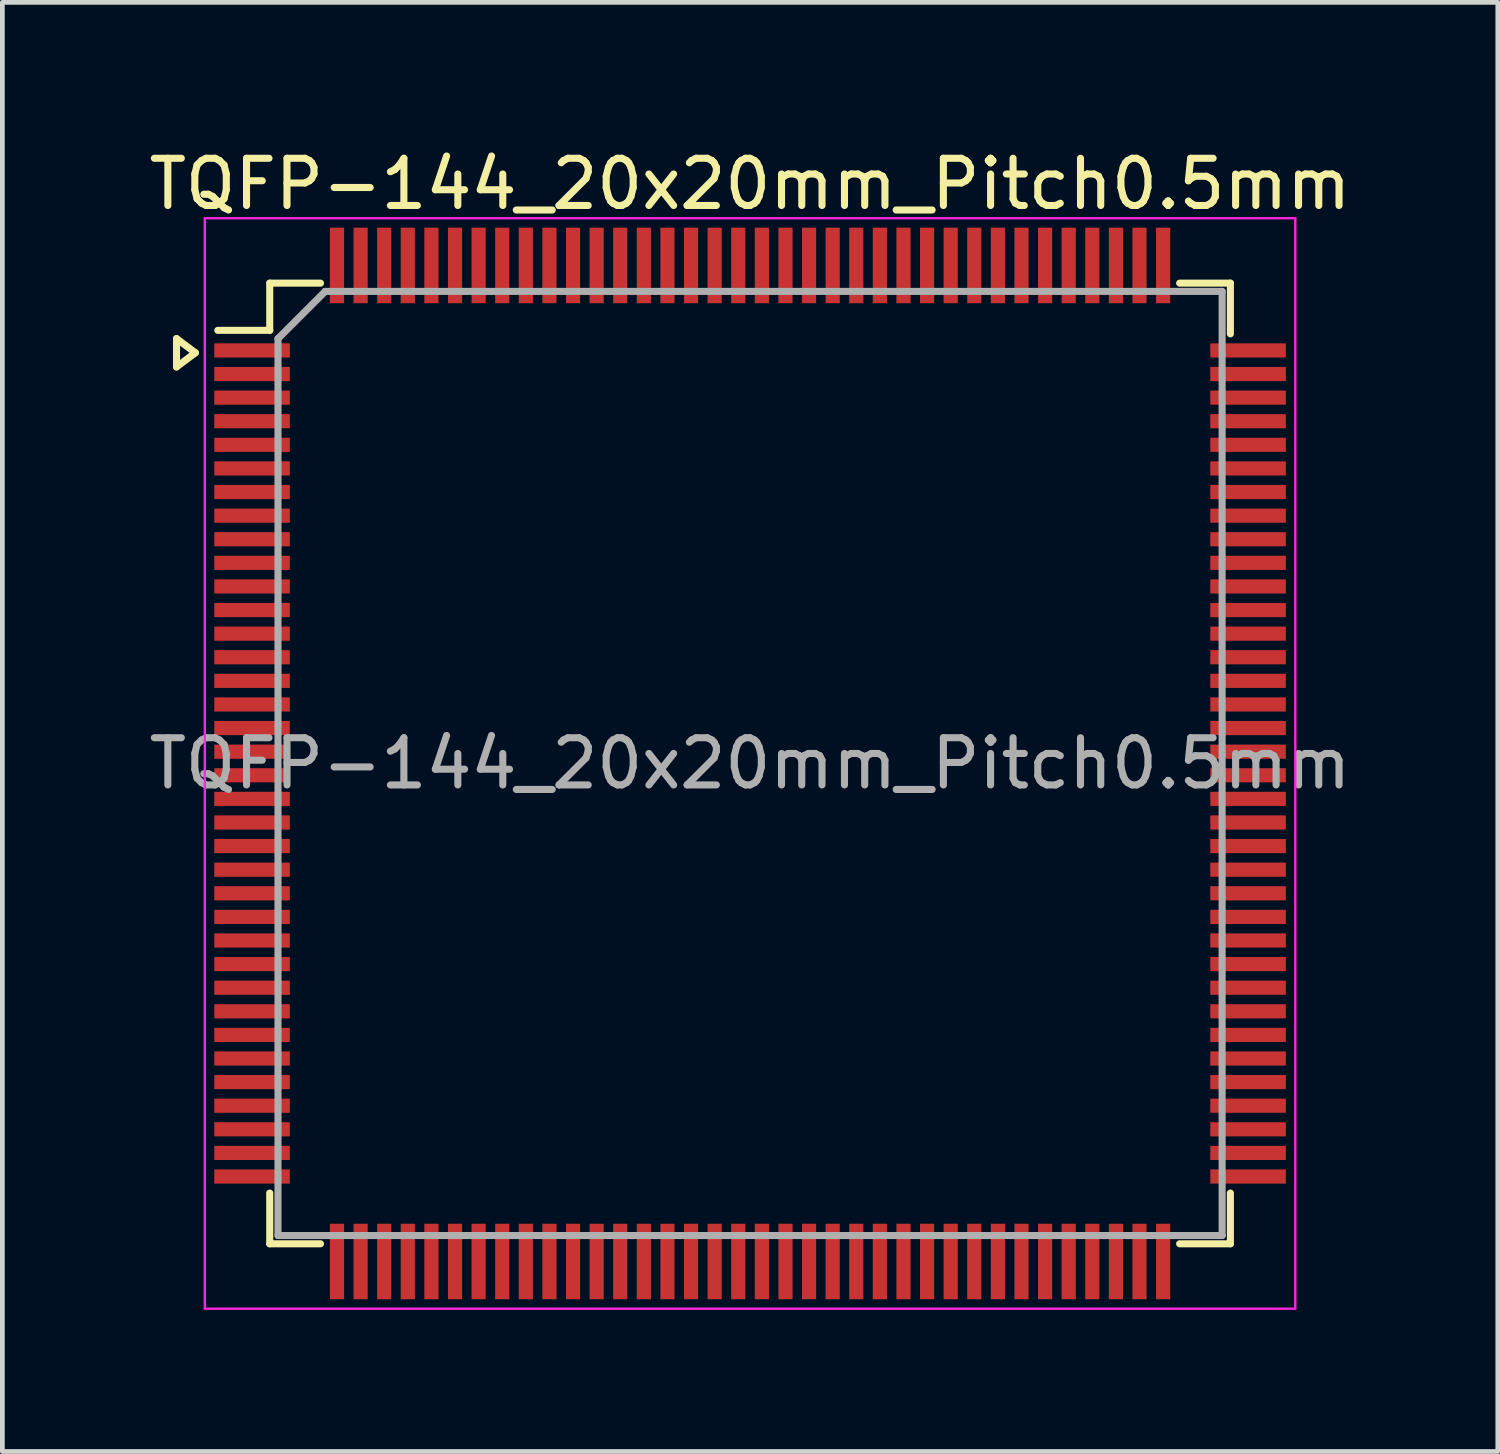
<source format=kicad_pcb>
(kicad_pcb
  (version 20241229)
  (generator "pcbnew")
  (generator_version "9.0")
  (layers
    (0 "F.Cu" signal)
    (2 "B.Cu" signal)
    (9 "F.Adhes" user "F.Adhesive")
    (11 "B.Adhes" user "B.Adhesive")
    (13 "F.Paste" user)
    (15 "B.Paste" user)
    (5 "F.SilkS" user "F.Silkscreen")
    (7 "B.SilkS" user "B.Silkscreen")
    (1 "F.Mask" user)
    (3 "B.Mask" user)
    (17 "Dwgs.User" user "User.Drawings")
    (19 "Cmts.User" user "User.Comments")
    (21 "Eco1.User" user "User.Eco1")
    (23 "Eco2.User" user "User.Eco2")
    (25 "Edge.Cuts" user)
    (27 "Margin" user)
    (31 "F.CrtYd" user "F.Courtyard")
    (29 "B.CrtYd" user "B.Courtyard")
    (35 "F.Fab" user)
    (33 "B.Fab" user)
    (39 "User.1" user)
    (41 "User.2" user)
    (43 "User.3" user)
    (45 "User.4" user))
  (footprint "TQFP-144_20x20mm_Pitch0.5mm"
    (layer "F.Cu")
    (at 12.839 13.123)
    (property "Reference" "TQFP-144_20x20mm_Pitch0.5mm" (at 0 -12.275 0) (layer "F.SilkS") (effects (font (size 1 1) (thickness 0.15))))
    (attr smd)
    (fp_line (start -12.15 -9) (end -11.75 -8.7) (stroke (width 0.15) (type solid)) (layer "F.SilkS"))
    (fp_line (start -12.15 -8.4) (end -12.15 -9) (stroke (width 0.15) (type solid)) (layer "F.SilkS"))
    (fp_line (start -11.75 -8.7) (end -12.15 -8.4) (stroke (width 0.15) (type solid)) (layer "F.SilkS"))
    (fp_line (start -10.175 -10.175) (end -10.175 -9.175) (stroke (width 0.15) (type solid)) (layer "F.SilkS"))
    (fp_line (start -10.175 -10.175) (end -9.1 -10.175) (stroke (width 0.15) (type solid)) (layer "F.SilkS"))
    (fp_line (start -10.175 -9.175) (end -11.275 -9.175) (stroke (width 0.15) (type solid)) (layer "F.SilkS"))
    (fp_line (start -10.175 10.175) (end -10.175 9.1) (stroke (width 0.15) (type solid)) (layer "F.SilkS"))
    (fp_line (start -10.175 10.175) (end -9.1 10.175) (stroke (width 0.15) (type solid)) (layer "F.SilkS"))
    (fp_line (start 10.175 -10.175) (end 9.1 -10.175) (stroke (width 0.15) (type solid)) (layer "F.SilkS"))
    (fp_line (start 10.175 -10.175) (end 10.175 -9.1) (stroke (width 0.15) (type solid)) (layer "F.SilkS"))
    (fp_line (start 10.175 10.175) (end 9.1 10.175) (stroke (width 0.15) (type solid)) (layer "F.SilkS"))
    (fp_line (start 10.175 10.175) (end 10.175 9.1) (stroke (width 0.15) (type solid)) (layer "F.SilkS"))
    (fp_line (start -11.55 -11.55) (end -11.55 11.55) (stroke (width 0.05) (type solid)) (layer "F.CrtYd"))
    (fp_line (start -11.55 -11.55) (end 11.55 -11.55) (stroke (width 0.05) (type solid)) (layer "F.CrtYd"))
    (fp_line (start -11.55 11.55) (end 11.55 11.55) (stroke (width 0.05) (type solid)) (layer "F.CrtYd"))
    (fp_line (start 11.55 -11.55) (end 11.55 11.55) (stroke (width 0.05) (type solid)) (layer "F.CrtYd"))
    (fp_line (start -10 -9) (end -9 -10) (stroke (width 0.15) (type solid)) (layer "F.Fab"))
    (fp_line (start -10 10) (end -10 -9) (stroke (width 0.15) (type solid)) (layer "F.Fab"))
    (fp_line (start -9 -10) (end 10 -10) (stroke (width 0.15) (type solid)) (layer "F.Fab"))
    (fp_line (start 10 -10) (end 10 10) (stroke (width 0.15) (type solid)) (layer "F.Fab"))
    (fp_line (start 10 10) (end -10 10) (stroke (width 0.15) (type solid)) (layer "F.Fab"))
    (fp_text user "${REFERENCE}" (at 0 0 0) (layer "F.Fab") (effects (font (size 1 1) (thickness 0.15))))
    (pad "1" smd rect (at -10.55 -8.75) (size 1.6 0.3) (layers "F.Cu" "F.Mask" "F.Paste"))
    (pad "2" smd rect (at -10.55 -8.25) (size 1.6 0.3) (layers "F.Cu" "F.Mask" "F.Paste"))
    (pad "3" smd rect (at -10.55 -7.75) (size 1.6 0.3) (layers "F.Cu" "F.Mask" "F.Paste"))
    (pad "4" smd rect (at -10.55 -7.25) (size 1.6 0.3) (layers "F.Cu" "F.Mask" "F.Paste"))
    (pad "5" smd rect (at -10.55 -6.75) (size 1.6 0.3) (layers "F.Cu" "F.Mask" "F.Paste"))
    (pad "6" smd rect (at -10.55 -6.25) (size 1.6 0.3) (layers "F.Cu" "F.Mask" "F.Paste"))
    (pad "7" smd rect (at -10.55 -5.75) (size 1.6 0.3) (layers "F.Cu" "F.Mask" "F.Paste"))
    (pad "8" smd rect (at -10.55 -5.25) (size 1.6 0.3) (layers "F.Cu" "F.Mask" "F.Paste"))
    (pad "9" smd rect (at -10.55 -4.75) (size 1.6 0.3) (layers "F.Cu" "F.Mask" "F.Paste"))
    (pad "10" smd rect (at -10.55 -4.25) (size 1.6 0.3) (layers "F.Cu" "F.Mask" "F.Paste"))
    (pad "11" smd rect (at -10.55 -3.75) (size 1.6 0.3) (layers "F.Cu" "F.Mask" "F.Paste"))
    (pad "12" smd rect (at -10.55 -3.25) (size 1.6 0.3) (layers "F.Cu" "F.Mask" "F.Paste"))
    (pad "13" smd rect (at -10.55 -2.75) (size 1.6 0.3) (layers "F.Cu" "F.Mask" "F.Paste"))
    (pad "14" smd rect (at -10.55 -2.25) (size 1.6 0.3) (layers "F.Cu" "F.Mask" "F.Paste"))
    (pad "15" smd rect (at -10.55 -1.75) (size 1.6 0.3) (layers "F.Cu" "F.Mask" "F.Paste"))
    (pad "16" smd rect (at -10.55 -1.25) (size 1.6 0.3) (layers "F.Cu" "F.Mask" "F.Paste"))
    (pad "17" smd rect (at -10.55 -0.75) (size 1.6 0.3) (layers "F.Cu" "F.Mask" "F.Paste"))
    (pad "18" smd rect (at -10.55 -0.25) (size 1.6 0.3) (layers "F.Cu" "F.Mask" "F.Paste"))
    (pad "19" smd rect (at -10.55 0.25) (size 1.6 0.3) (layers "F.Cu" "F.Mask" "F.Paste"))
    (pad "20" smd rect (at -10.55 0.75) (size 1.6 0.3) (layers "F.Cu" "F.Mask" "F.Paste"))
    (pad "21" smd rect (at -10.55 1.25) (size 1.6 0.3) (layers "F.Cu" "F.Mask" "F.Paste"))
    (pad "22" smd rect (at -10.55 1.75) (size 1.6 0.3) (layers "F.Cu" "F.Mask" "F.Paste"))
    (pad "23" smd rect (at -10.55 2.25) (size 1.6 0.3) (layers "F.Cu" "F.Mask" "F.Paste"))
    (pad "24" smd rect (at -10.55 2.75) (size 1.6 0.3) (layers "F.Cu" "F.Mask" "F.Paste"))
    (pad "25" smd rect (at -10.55 3.25) (size 1.6 0.3) (layers "F.Cu" "F.Mask" "F.Paste"))
    (pad "26" smd rect (at -10.55 3.75) (size 1.6 0.3) (layers "F.Cu" "F.Mask" "F.Paste"))
    (pad "27" smd rect (at -10.55 4.25) (size 1.6 0.3) (layers "F.Cu" "F.Mask" "F.Paste"))
    (pad "28" smd rect (at -10.55 4.75) (size 1.6 0.3) (layers "F.Cu" "F.Mask" "F.Paste"))
    (pad "29" smd rect (at -10.55 5.25) (size 1.6 0.3) (layers "F.Cu" "F.Mask" "F.Paste"))
    (pad "30" smd rect (at -10.55 5.75) (size 1.6 0.3) (layers "F.Cu" "F.Mask" "F.Paste"))
    (pad "31" smd rect (at -10.55 6.25) (size 1.6 0.3) (layers "F.Cu" "F.Mask" "F.Paste"))
    (pad "32" smd rect (at -10.55 6.75) (size 1.6 0.3) (layers "F.Cu" "F.Mask" "F.Paste"))
    (pad "33" smd rect (at -10.55 7.25) (size 1.6 0.3) (layers "F.Cu" "F.Mask" "F.Paste"))
    (pad "34" smd rect (at -10.55 7.75) (size 1.6 0.3) (layers "F.Cu" "F.Mask" "F.Paste"))
    (pad "35" smd rect (at -10.55 8.25) (size 1.6 0.3) (layers "F.Cu" "F.Mask" "F.Paste"))
    (pad "36" smd rect (at -10.55 8.75) (size 1.6 0.3) (layers "F.Cu" "F.Mask" "F.Paste"))
    (pad "37" smd rect (at -8.75 10.55 90) (size 1.6 0.3) (layers "F.Cu" "F.Mask" "F.Paste"))
    (pad "38" smd rect (at -8.25 10.55 90) (size 1.6 0.3) (layers "F.Cu" "F.Mask" "F.Paste"))
    (pad "39" smd rect (at -7.75 10.55 90) (size 1.6 0.3) (layers "F.Cu" "F.Mask" "F.Paste"))
    (pad "40" smd rect (at -7.25 10.55 90) (size 1.6 0.3) (layers "F.Cu" "F.Mask" "F.Paste"))
    (pad "41" smd rect (at -6.75 10.55 90) (size 1.6 0.3) (layers "F.Cu" "F.Mask" "F.Paste"))
    (pad "42" smd rect (at -6.25 10.55 90) (size 1.6 0.3) (layers "F.Cu" "F.Mask" "F.Paste"))
    (pad "43" smd rect (at -5.75 10.55 90) (size 1.6 0.3) (layers "F.Cu" "F.Mask" "F.Paste"))
    (pad "44" smd rect (at -5.25 10.55 90) (size 1.6 0.3) (layers "F.Cu" "F.Mask" "F.Paste"))
    (pad "45" smd rect (at -4.75 10.55 90) (size 1.6 0.3) (layers "F.Cu" "F.Mask" "F.Paste"))
    (pad "46" smd rect (at -4.25 10.55 90) (size 1.6 0.3) (layers "F.Cu" "F.Mask" "F.Paste"))
    (pad "47" smd rect (at -3.75 10.55 90) (size 1.6 0.3) (layers "F.Cu" "F.Mask" "F.Paste"))
    (pad "48" smd rect (at -3.25 10.55 90) (size 1.6 0.3) (layers "F.Cu" "F.Mask" "F.Paste"))
    (pad "49" smd rect (at -2.75 10.55 90) (size 1.6 0.3) (layers "F.Cu" "F.Mask" "F.Paste"))
    (pad "50" smd rect (at -2.25 10.55 90) (size 1.6 0.3) (layers "F.Cu" "F.Mask" "F.Paste"))
    (pad "51" smd rect (at -1.75 10.55 90) (size 1.6 0.3) (layers "F.Cu" "F.Mask" "F.Paste"))
    (pad "52" smd rect (at -1.25 10.55 90) (size 1.6 0.3) (layers "F.Cu" "F.Mask" "F.Paste"))
    (pad "53" smd rect (at -0.75 10.55 90) (size 1.6 0.3) (layers "F.Cu" "F.Mask" "F.Paste"))
    (pad "54" smd rect (at -0.25 10.55 90) (size 1.6 0.3) (layers "F.Cu" "F.Mask" "F.Paste"))
    (pad "55" smd rect (at 0.25 10.55 90) (size 1.6 0.3) (layers "F.Cu" "F.Mask" "F.Paste"))
    (pad "56" smd rect (at 0.75 10.55 90) (size 1.6 0.3) (layers "F.Cu" "F.Mask" "F.Paste"))
    (pad "57" smd rect (at 1.25 10.55 90) (size 1.6 0.3) (layers "F.Cu" "F.Mask" "F.Paste"))
    (pad "58" smd rect (at 1.75 10.55 90) (size 1.6 0.3) (layers "F.Cu" "F.Mask" "F.Paste"))
    (pad "59" smd rect (at 2.25 10.55 90) (size 1.6 0.3) (layers "F.Cu" "F.Mask" "F.Paste"))
    (pad "60" smd rect (at 2.75 10.55 90) (size 1.6 0.3) (layers "F.Cu" "F.Mask" "F.Paste"))
    (pad "61" smd rect (at 3.25 10.55 90) (size 1.6 0.3) (layers "F.Cu" "F.Mask" "F.Paste"))
    (pad "62" smd rect (at 3.75 10.55 90) (size 1.6 0.3) (layers "F.Cu" "F.Mask" "F.Paste"))
    (pad "63" smd rect (at 4.25 10.55 90) (size 1.6 0.3) (layers "F.Cu" "F.Mask" "F.Paste"))
    (pad "64" smd rect (at 4.75 10.55 90) (size 1.6 0.3) (layers "F.Cu" "F.Mask" "F.Paste"))
    (pad "65" smd rect (at 5.25 10.55 90) (size 1.6 0.3) (layers "F.Cu" "F.Mask" "F.Paste"))
    (pad "66" smd rect (at 5.75 10.55 90) (size 1.6 0.3) (layers "F.Cu" "F.Mask" "F.Paste"))
    (pad "67" smd rect (at 6.25 10.55 90) (size 1.6 0.3) (layers "F.Cu" "F.Mask" "F.Paste"))
    (pad "68" smd rect (at 6.75 10.55 90) (size 1.6 0.3) (layers "F.Cu" "F.Mask" "F.Paste"))
    (pad "69" smd rect (at 7.25 10.55 90) (size 1.6 0.3) (layers "F.Cu" "F.Mask" "F.Paste"))
    (pad "70" smd rect (at 7.75 10.55 90) (size 1.6 0.3) (layers "F.Cu" "F.Mask" "F.Paste"))
    (pad "71" smd rect (at 8.25 10.55 90) (size 1.6 0.3) (layers "F.Cu" "F.Mask" "F.Paste"))
    (pad "72" smd rect (at 8.75 10.55 90) (size 1.6 0.3) (layers "F.Cu" "F.Mask" "F.Paste"))
    (pad "73" smd rect (at 10.55 8.75) (size 1.6 0.3) (layers "F.Cu" "F.Mask" "F.Paste"))
    (pad "74" smd rect (at 10.55 8.25) (size 1.6 0.3) (layers "F.Cu" "F.Mask" "F.Paste"))
    (pad "75" smd rect (at 10.55 7.75) (size 1.6 0.3) (layers "F.Cu" "F.Mask" "F.Paste"))
    (pad "76" smd rect (at 10.55 7.25) (size 1.6 0.3) (layers "F.Cu" "F.Mask" "F.Paste"))
    (pad "77" smd rect (at 10.55 6.75) (size 1.6 0.3) (layers "F.Cu" "F.Mask" "F.Paste"))
    (pad "78" smd rect (at 10.55 6.25) (size 1.6 0.3) (layers "F.Cu" "F.Mask" "F.Paste"))
    (pad "79" smd rect (at 10.55 5.75) (size 1.6 0.3) (layers "F.Cu" "F.Mask" "F.Paste"))
    (pad "80" smd rect (at 10.55 5.25) (size 1.6 0.3) (layers "F.Cu" "F.Mask" "F.Paste"))
    (pad "81" smd rect (at 10.55 4.75) (size 1.6 0.3) (layers "F.Cu" "F.Mask" "F.Paste"))
    (pad "82" smd rect (at 10.55 4.25) (size 1.6 0.3) (layers "F.Cu" "F.Mask" "F.Paste"))
    (pad "83" smd rect (at 10.55 3.75) (size 1.6 0.3) (layers "F.Cu" "F.Mask" "F.Paste"))
    (pad "84" smd rect (at 10.55 3.25) (size 1.6 0.3) (layers "F.Cu" "F.Mask" "F.Paste"))
    (pad "85" smd rect (at 10.55 2.75) (size 1.6 0.3) (layers "F.Cu" "F.Mask" "F.Paste"))
    (pad "86" smd rect (at 10.55 2.25) (size 1.6 0.3) (layers "F.Cu" "F.Mask" "F.Paste"))
    (pad "87" smd rect (at 10.55 1.75) (size 1.6 0.3) (layers "F.Cu" "F.Mask" "F.Paste"))
    (pad "88" smd rect (at 10.55 1.25) (size 1.6 0.3) (layers "F.Cu" "F.Mask" "F.Paste"))
    (pad "89" smd rect (at 10.55 0.75) (size 1.6 0.3) (layers "F.Cu" "F.Mask" "F.Paste"))
    (pad "90" smd rect (at 10.55 0.25) (size 1.6 0.3) (layers "F.Cu" "F.Mask" "F.Paste"))
    (pad "91" smd rect (at 10.55 -0.25) (size 1.6 0.3) (layers "F.Cu" "F.Mask" "F.Paste"))
    (pad "92" smd rect (at 10.55 -0.75) (size 1.6 0.3) (layers "F.Cu" "F.Mask" "F.Paste"))
    (pad "93" smd rect (at 10.55 -1.25) (size 1.6 0.3) (layers "F.Cu" "F.Mask" "F.Paste"))
    (pad "94" smd rect (at 10.55 -1.75) (size 1.6 0.3) (layers "F.Cu" "F.Mask" "F.Paste"))
    (pad "95" smd rect (at 10.55 -2.25) (size 1.6 0.3) (layers "F.Cu" "F.Mask" "F.Paste"))
    (pad "96" smd rect (at 10.55 -2.75) (size 1.6 0.3) (layers "F.Cu" "F.Mask" "F.Paste"))
    (pad "97" smd rect (at 10.55 -3.25) (size 1.6 0.3) (layers "F.Cu" "F.Mask" "F.Paste"))
    (pad "98" smd rect (at 10.55 -3.75) (size 1.6 0.3) (layers "F.Cu" "F.Mask" "F.Paste"))
    (pad "99" smd rect (at 10.55 -4.25) (size 1.6 0.3) (layers "F.Cu" "F.Mask" "F.Paste"))
    (pad "100" smd rect (at 10.55 -4.75) (size 1.6 0.3) (layers "F.Cu" "F.Mask" "F.Paste"))
    (pad "101" smd rect (at 10.55 -5.25) (size 1.6 0.3) (layers "F.Cu" "F.Mask" "F.Paste"))
    (pad "102" smd rect (at 10.55 -5.75) (size 1.6 0.3) (layers "F.Cu" "F.Mask" "F.Paste"))
    (pad "103" smd rect (at 10.55 -6.25) (size 1.6 0.3) (layers "F.Cu" "F.Mask" "F.Paste"))
    (pad "104" smd rect (at 10.55 -6.75) (size 1.6 0.3) (layers "F.Cu" "F.Mask" "F.Paste"))
    (pad "105" smd rect (at 10.55 -7.25) (size 1.6 0.3) (layers "F.Cu" "F.Mask" "F.Paste"))
    (pad "106" smd rect (at 10.55 -7.75) (size 1.6 0.3) (layers "F.Cu" "F.Mask" "F.Paste"))
    (pad "107" smd rect (at 10.55 -8.25) (size 1.6 0.3) (layers "F.Cu" "F.Mask" "F.Paste"))
    (pad "108" smd rect (at 10.55 -8.75) (size 1.6 0.3) (layers "F.Cu" "F.Mask" "F.Paste"))
    (pad "109" smd rect (at 8.75 -10.55 90) (size 1.6 0.3) (layers "F.Cu" "F.Mask" "F.Paste"))
    (pad "110" smd rect (at 8.25 -10.55 90) (size 1.6 0.3) (layers "F.Cu" "F.Mask" "F.Paste"))
    (pad "111" smd rect (at 7.75 -10.55 90) (size 1.6 0.3) (layers "F.Cu" "F.Mask" "F.Paste"))
    (pad "112" smd rect (at 7.25 -10.55 90) (size 1.6 0.3) (layers "F.Cu" "F.Mask" "F.Paste"))
    (pad "113" smd rect (at 6.75 -10.55 90) (size 1.6 0.3) (layers "F.Cu" "F.Mask" "F.Paste"))
    (pad "114" smd rect (at 6.25 -10.55 90) (size 1.6 0.3) (layers "F.Cu" "F.Mask" "F.Paste"))
    (pad "115" smd rect (at 5.75 -10.55 90) (size 1.6 0.3) (layers "F.Cu" "F.Mask" "F.Paste"))
    (pad "116" smd rect (at 5.25 -10.55 90) (size 1.6 0.3) (layers "F.Cu" "F.Mask" "F.Paste"))
    (pad "117" smd rect (at 4.75 -10.55 90) (size 1.6 0.3) (layers "F.Cu" "F.Mask" "F.Paste"))
    (pad "118" smd rect (at 4.25 -10.55 90) (size 1.6 0.3) (layers "F.Cu" "F.Mask" "F.Paste"))
    (pad "119" smd rect (at 3.75 -10.55 90) (size 1.6 0.3) (layers "F.Cu" "F.Mask" "F.Paste"))
    (pad "120" smd rect (at 3.25 -10.55 90) (size 1.6 0.3) (layers "F.Cu" "F.Mask" "F.Paste"))
    (pad "121" smd rect (at 2.75 -10.55 90) (size 1.6 0.3) (layers "F.Cu" "F.Mask" "F.Paste"))
    (pad "122" smd rect (at 2.25 -10.55 90) (size 1.6 0.3) (layers "F.Cu" "F.Mask" "F.Paste"))
    (pad "123" smd rect (at 1.75 -10.55 90) (size 1.6 0.3) (layers "F.Cu" "F.Mask" "F.Paste"))
    (pad "124" smd rect (at 1.25 -10.55 90) (size 1.6 0.3) (layers "F.Cu" "F.Mask" "F.Paste"))
    (pad "125" smd rect (at 0.75 -10.55 90) (size 1.6 0.3) (layers "F.Cu" "F.Mask" "F.Paste"))
    (pad "126" smd rect (at 0.25 -10.55 90) (size 1.6 0.3) (layers "F.Cu" "F.Mask" "F.Paste"))
    (pad "127" smd rect (at -0.25 -10.55 90) (size 1.6 0.3) (layers "F.Cu" "F.Mask" "F.Paste"))
    (pad "128" smd rect (at -0.75 -10.55 90) (size 1.6 0.3) (layers "F.Cu" "F.Mask" "F.Paste"))
    (pad "129" smd rect (at -1.25 -10.55 90) (size 1.6 0.3) (layers "F.Cu" "F.Mask" "F.Paste"))
    (pad "130" smd rect (at -1.75 -10.55 90) (size 1.6 0.3) (layers "F.Cu" "F.Mask" "F.Paste"))
    (pad "131" smd rect (at -2.25 -10.55 90) (size 1.6 0.3) (layers "F.Cu" "F.Mask" "F.Paste"))
    (pad "132" smd rect (at -2.75 -10.55 90) (size 1.6 0.3) (layers "F.Cu" "F.Mask" "F.Paste"))
    (pad "133" smd rect (at -3.25 -10.55 90) (size 1.6 0.3) (layers "F.Cu" "F.Mask" "F.Paste"))
    (pad "134" smd rect (at -3.75 -10.55 90) (size 1.6 0.3) (layers "F.Cu" "F.Mask" "F.Paste"))
    (pad "135" smd rect (at -4.25 -10.55 90) (size 1.6 0.3) (layers "F.Cu" "F.Mask" "F.Paste"))
    (pad "136" smd rect (at -4.75 -10.55 90) (size 1.6 0.3) (layers "F.Cu" "F.Mask" "F.Paste"))
    (pad "137" smd rect (at -5.25 -10.55 90) (size 1.6 0.3) (layers "F.Cu" "F.Mask" "F.Paste"))
    (pad "138" smd rect (at -5.75 -10.55 90) (size 1.6 0.3) (layers "F.Cu" "F.Mask" "F.Paste"))
    (pad "139" smd rect (at -6.25 -10.55 90) (size 1.6 0.3) (layers "F.Cu" "F.Mask" "F.Paste"))
    (pad "140" smd rect (at -6.75 -10.55 90) (size 1.6 0.3) (layers "F.Cu" "F.Mask" "F.Paste"))
    (pad "141" smd rect (at -7.25 -10.55 90) (size 1.6 0.3) (layers "F.Cu" "F.Mask" "F.Paste"))
    (pad "142" smd rect (at -7.75 -10.55 90) (size 1.6 0.3) (layers "F.Cu" "F.Mask" "F.Paste"))
    (pad "143" smd rect (at -8.25 -10.55 90) (size 1.6 0.3) (layers "F.Cu" "F.Mask" "F.Paste"))
    (pad "144" smd rect (at -8.75 -10.55 90) (size 1.6 0.3) (layers "F.Cu" "F.Mask" "F.Paste")))
  (gr_rect
    (start -3 -3)
    (end 28.679 27.698)
    (stroke (width 0.1) (type default))
    (fill no)
    (layer "Edge.Cuts")))
</source>
